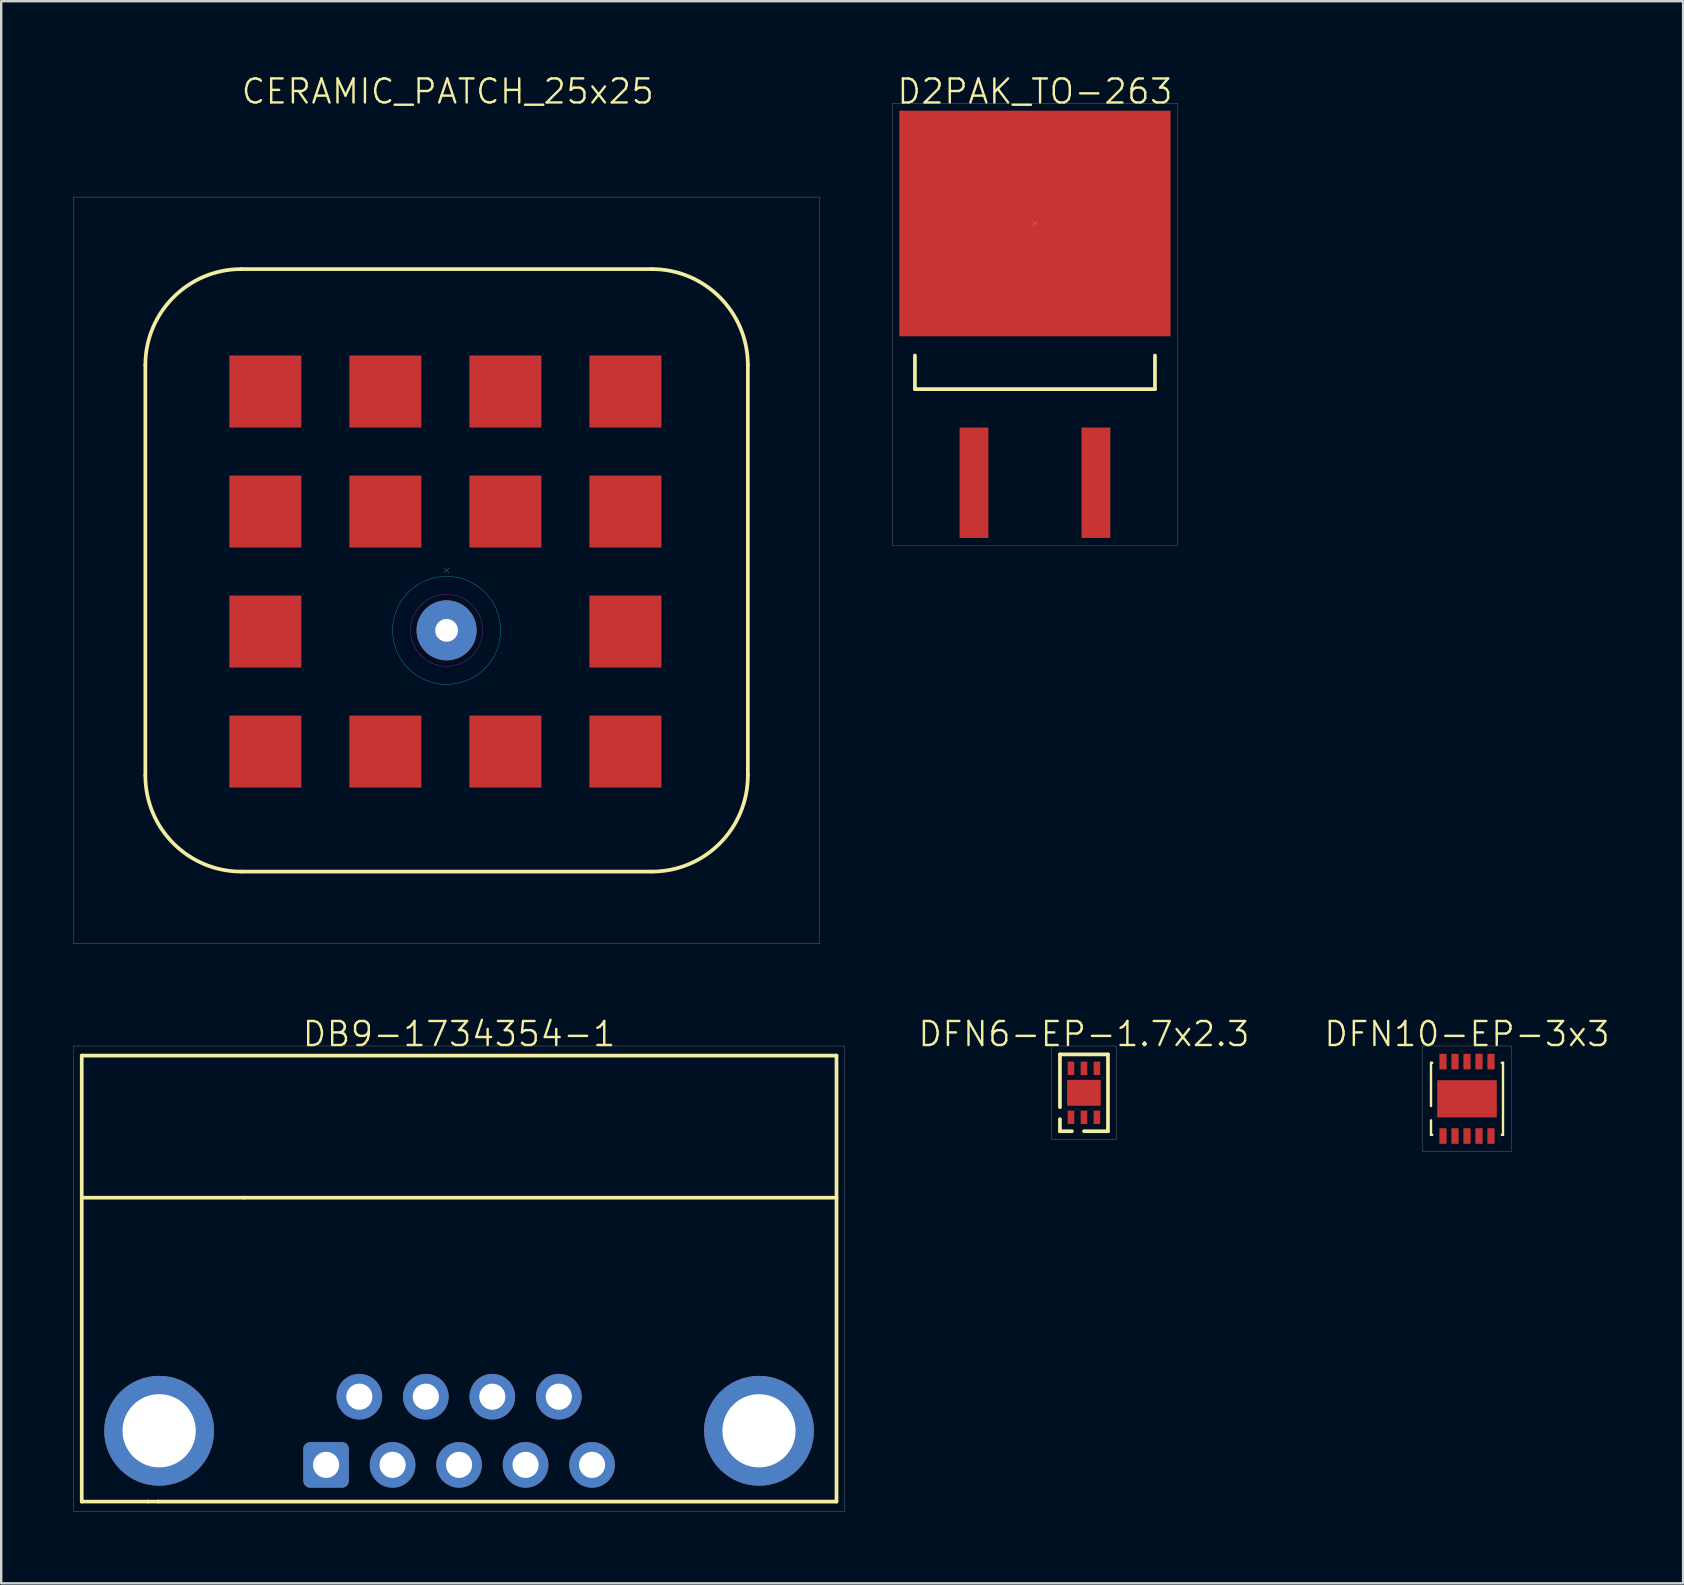
<source format=kicad_pcb>
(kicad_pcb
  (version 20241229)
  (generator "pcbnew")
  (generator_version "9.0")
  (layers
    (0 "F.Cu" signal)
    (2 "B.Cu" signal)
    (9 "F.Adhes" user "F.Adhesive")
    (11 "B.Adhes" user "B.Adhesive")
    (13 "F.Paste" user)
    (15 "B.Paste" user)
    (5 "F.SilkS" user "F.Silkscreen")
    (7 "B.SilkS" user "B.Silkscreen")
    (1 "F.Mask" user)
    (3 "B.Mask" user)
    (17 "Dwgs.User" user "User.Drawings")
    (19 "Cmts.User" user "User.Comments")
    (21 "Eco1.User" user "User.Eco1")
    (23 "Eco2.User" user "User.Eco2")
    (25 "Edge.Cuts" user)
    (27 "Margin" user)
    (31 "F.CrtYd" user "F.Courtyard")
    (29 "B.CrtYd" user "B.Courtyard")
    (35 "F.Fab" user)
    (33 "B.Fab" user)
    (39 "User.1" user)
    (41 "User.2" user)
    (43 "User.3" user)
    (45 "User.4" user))
  (footprint "DFN6-EP-1.7x2.3"
    (layer "F.Cu")
    (at 42.107 42.476)
    (property "Reference" "DFN6-EP-1.7x2.3" (at 0 -2.45 0) (unlocked yes) (layer "F.SilkS") (effects (font (size 1 1) (thickness 0.1))))
    (attr smd)
    (fp_line (start -1 -1.6) (end -1 0.6) (stroke (width 0.154) (type default)) (layer "F.SilkS"))
    (fp_line (start -1 -1.6) (end 1 -1.6) (stroke (width 0.154) (type default)) (layer "F.SilkS"))
    (fp_line (start -1 1.6) (end -1 1.1) (stroke (width 0.154) (type default)) (layer "F.SilkS"))
    (fp_line (start -0.5 1.6) (end -1 1.6) (stroke (width 0.154) (type default)) (layer "F.SilkS"))
    (fp_line (start -0.000002 1.6) (end 1 1.6) (stroke (width 0.154) (type default)) (layer "F.SilkS"))
    (fp_line (start 1 1.6) (end 1 -1.6) (stroke (width 0.154) (type default)) (layer "F.SilkS"))
    (fp_rect (start -1.35 -1.95) (end 1.35 1.95) (stroke (width 0.01) (type default)) (fill no) (layer "F.Fab"))
    (pad "1" smd rect (at -0.54 1.02) (size 0.275 0.56) (layers "F.Cu" "F.Mask" "F.Paste"))
    (pad "2" smd rect (at 0 1.02) (size 0.275 0.56) (layers "F.Cu" "F.Mask" "F.Paste"))
    (pad "3" smd rect (at 0.54 1.02) (size 0.275 0.56) (layers "F.Cu" "F.Mask" "F.Paste"))
    (pad "4" smd rect (at 0.54 -1.02) (size 0.275 0.56) (layers "F.Cu" "F.Mask" "F.Paste"))
    (pad "5" smd rect (at 0 -1.02) (size 0.275 0.56) (layers "F.Cu" "F.Mask" "F.Paste"))
    (pad "6" smd rect (at -0.54 -1.02) (size 0.275 0.56) (layers "F.Cu" "F.Mask" "F.Paste"))
    (pad "7" smd rect (at 0 0) (size 1.4 1.08) (layers "F.Cu" "F.Mask" "F.Paste")))
  (footprint "CERAMIC_PATCH_25x25"
    (layer "F.Cu")
    (at 15.555 20.71)
    (property "Reference" "CERAMIC_PATCH_25x25" (at 0.05 -19.95 0) (unlocked yes) (layer "F.SilkS") (effects (font (size 1 1) (thickness 0.1))))
    (attr through_hole)
    (fp_line (start -12.55 8.55) (end -12.55 -8.55) (stroke (width 0.154) (type default)) (layer "F.SilkS"))
    (fp_line (start -8.55 -12.55) (end 8.55 -12.55) (stroke (width 0.154) (type default)) (layer "F.SilkS"))
    (fp_line (start -8.55 12.55) (end 8.55 12.55) (stroke (width 0.154) (type default)) (layer "F.SilkS"))
    (fp_line (start 12.55 8.55) (end 12.55 -8.55) (stroke (width 0.154) (type default)) (layer "F.SilkS"))
    (fp_arc (start -12.55 -8.55) (mid -11.378427 -11.378427) (end -8.55 -12.55) (stroke (width 0.154) (type default)) (layer "F.SilkS"))
    (fp_arc (start -8.55 12.55) (mid -11.378427 11.378427) (end -12.55 8.55) (stroke (width 0.154) (type default)) (layer "F.SilkS"))
    (fp_arc (start 8.55 -12.55) (mid 11.378427 -11.378427) (end 12.55 -8.55) (stroke (width 0.154) (type default)) (layer "F.SilkS"))
    (fp_arc (start 12.55 8.55) (mid 11.378427 11.378427) (end 8.55 12.55) (stroke (width 0.154) (type default)) (layer "F.SilkS"))
    (fp_circle (center 0 2.5) (end 2.25 2.5) (stroke (width 0.01) (type default)) (fill no) (layer "B.CrtYd"))
    (fp_circle (center 0 2.5) (end 1.5 2.5) (stroke (width 0.01) (type default)) (fill no) (layer "F.CrtYd"))
    (fp_line (start -0.1 -0.1) (end 0.1 0.1) (stroke (width 0.01) (type default)) (layer "F.Fab"))
    (fp_line (start 0.1 -0.1) (end -0.1 0.1) (stroke (width 0.01) (type default)) (layer "F.Fab"))
    (fp_rect (start -15.55 -15.55) (end 15.55 15.55) (stroke (width 0.01) (type default)) (fill no) (layer "F.Fab"))
    (pad "1" thru_hole circle (at 0 2.5) (size 2.5 2.5) (drill 0.95) (layers "*.Cu" "*.Mask"))
    (pad "2" smd rect (at -7.55 -7.45) (size 3 3) (layers "F.Cu" "F.Mask" "F.Paste"))
    (pad "2" smd rect (at -7.55 -2.45) (size 3 3) (layers "F.Cu" "F.Mask" "F.Paste"))
    (pad "2" smd rect (at -7.55 2.55) (size 3 3) (layers "F.Cu" "F.Mask" "F.Paste"))
    (pad "2" smd rect (at -7.55 7.55) (size 3 3) (layers "F.Cu" "F.Mask" "F.Paste"))
    (pad "2" smd rect (at -2.55 -7.45) (size 3 3) (layers "F.Cu" "F.Mask" "F.Paste"))
    (pad "2" smd rect (at -2.55 -2.45) (size 3 3) (layers "F.Cu" "F.Mask" "F.Paste"))
    (pad "2" smd rect (at -2.55 7.55) (size 3 3) (layers "F.Cu" "F.Mask" "F.Paste"))
    (pad "2" smd rect (at 2.45 -7.45) (size 3 3) (layers "F.Cu" "F.Mask" "F.Paste"))
    (pad "2" smd rect (at 2.45 -2.45) (size 3 3) (layers "F.Cu" "F.Mask" "F.Paste"))
    (pad "2" smd rect (at 2.45 7.55) (size 3 3) (layers "F.Cu" "F.Mask" "F.Paste"))
    (pad "2" smd rect (at 7.45 -7.45) (size 3 3) (layers "F.Cu" "F.Mask" "F.Paste"))
    (pad "2" smd rect (at 7.45 -2.45) (size 3 3) (layers "F.Cu" "F.Mask" "F.Paste"))
    (pad "2" smd rect (at 7.45 2.55) (size 3 3) (layers "F.Cu" "F.Mask" "F.Paste"))
    (pad "2" smd rect (at 7.45 7.55) (size 3 3) (layers "F.Cu" "F.Mask" "F.Paste")))
  (footprint "DB9-1734354-1"
    (layer "F.Cu")
    (at 16.075 57.976)
    (property "Reference" "DB9-1734354-1" (at 0 -17.95 0) (unlocked yes) (layer "F.SilkS") (effects (font (size 1 1) (thickness 0.1))))
    (attr through_hole)
    (fp_line (start -15.72 -17.05) (end -15.72 1.53) (stroke (width 0.154) (type solid)) (layer "F.SilkS"))
    (fp_line (start -12.97 1.53) (end -15.72 1.53) (stroke (width 0.152) (type solid)) (layer "F.SilkS"))
    (fp_line (start -12.54 1.53) (end -12.97 1.53) (stroke (width 0.152) (type solid)) (layer "F.SilkS"))
    (fp_line (start -12.54 1.53) (end 15.72 1.53) (stroke (width 0.154) (type solid)) (layer "F.SilkS"))
    (fp_line (start -8.98 -11.13) (end -15.7 -11.13) (stroke (width 0.154) (type solid)) (layer "F.SilkS"))
    (fp_line (start -8.98 -11.13) (end 15.72 -11.13) (stroke (width 0.154) (type solid)) (layer "F.SilkS"))
    (fp_line (start 15.72 -17.05) (end -15.72 -17.05) (stroke (width 0.154) (type solid)) (layer "F.SilkS"))
    (fp_line (start 15.723 1.53) (end 15.723 -17.05) (stroke (width 0.154) (type solid)) (layer "F.SilkS"))
    (fp_rect (start -16.07 -17.45) (end 16.073 1.93) (stroke (width 0.01) (type default)) (fill no) (layer "F.Fab"))
    (pad "0" thru_hole circle (at -12.495 -1.42) (size 4.575 4.575) (drill 3.05) (layers "*.Cu" "*.Mask"))
    (pad "0" thru_hole circle (at 12.495 -1.42) (size 4.575 4.575) (drill 3.05) (layers "*.Cu" "*.Mask"))
    (pad "1" thru_hole roundrect (at -5.54 0) (size 1.9 1.9) (drill 1.09) (layers "*.Cu" "*.Mask") (roundrect_rratio 0.15))
    (pad "2" thru_hole circle (at -2.77 0) (size 1.9 1.9) (drill 1.09) (layers "*.Cu" "*.Mask"))
    (pad "3" thru_hole circle (at 0 0) (size 1.9 1.9) (drill 1.09) (layers "*.Cu" "*.Mask"))
    (pad "4" thru_hole circle (at 2.77 0) (size 1.9 1.9) (drill 1.09) (layers "*.Cu" "*.Mask"))
    (pad "5" thru_hole circle (at 5.54 0) (size 1.9 1.9) (drill 1.09) (layers "*.Cu" "*.Mask"))
    (pad "6" thru_hole circle (at -4.155 -2.84) (size 1.9 1.9) (drill 1.09) (layers "*.Cu" "*.Mask"))
    (pad "7" thru_hole circle (at -1.385 -2.84) (size 1.9 1.9) (drill 1.09) (layers "*.Cu" "*.Mask"))
    (pad "8" thru_hole circle (at 1.385 -2.84) (size 1.9 1.9) (drill 1.09) (layers "*.Cu" "*.Mask"))
    (pad "9" thru_hole circle (at 4.155 -2.84) (size 1.9 1.9) (drill 1.09) (layers "*.Cu" "*.Mask")))
  (footprint "D2PAK_TO-263"
    (layer "F.Cu")
    (at 40.065 6.261)
    (property "Reference" "D2PAK_TO-263" (at 0 -5.5 0) (unlocked yes) (layer "F.SilkS") (effects (font (size 1 1) (thickness 0.1))))
    (attr smd)
    (fp_line (start -5 5.5) (end -5 6.9) (stroke (width 0.154) (type default)) (layer "F.SilkS"))
    (fp_line (start -5 6.9) (end 5 6.9) (stroke (width 0.154) (type default)) (layer "F.SilkS"))
    (fp_line (start 5 5.5) (end 5 6.9) (stroke (width 0.154) (type default)) (layer "F.SilkS"))
    (fp_line (start -0.1 -0.1) (end 0.1 0.1) (stroke (width 0.01) (type default)) (layer "F.Fab"))
    (fp_line (start 0.1 -0.1) (end -0.1 0.1) (stroke (width 0.01) (type default)) (layer "F.Fab"))
    (fp_rect (start -5.95 -5) (end 5.95 13.4) (stroke (width 0.01) (type default)) (fill no) (layer "F.Fab"))
    (pad "1" smd rect (at -2.54 10.8) (size 1.2 4.6) (layers "F.Cu" "F.Mask" "F.Paste"))
    (pad "2" smd rect (at 2.54 10.8) (size 1.2 4.6) (layers "F.Cu" "F.Mask" "F.Paste"))
    (pad "3" smd rect (at 0 0) (size 11.3 9.4) (layers "F.Cu" "F.Mask" "F.Paste")))
  (footprint "DFN10-EP-3x3"
    (layer "F.Cu")
    (at 58.065 42.726)
    (property "Reference" "DFN10-EP-3x3" (at 0 -2.7 0) (unlocked yes) (layer "F.SilkS") (effects (font (size 1 1) (thickness 0.1))))
    (attr smd)
    (fp_line (start -1.5 -1.5) (end -1.5 0.3) (stroke (width 0.1) (type default)) (layer "F.SilkS"))
    (fp_line (start -1.5 -1.5) (end -1.45 -1.5) (stroke (width 0.1) (type default)) (layer "F.SilkS"))
    (fp_line (start -1.5 1.5) (end -1.5 0.9) (stroke (width 0.1) (type default)) (layer "F.SilkS"))
    (fp_line (start -1.5 1.5) (end -1.45 1.5) (stroke (width 0.1) (type default)) (layer "F.SilkS"))
    (fp_line (start 1.45 1.5) (end 1.5 1.5) (stroke (width 0.1) (type default)) (layer "F.SilkS"))
    (fp_line (start 1.5 -1.5) (end 1.45 -1.5) (stroke (width 0.1) (type default)) (layer "F.SilkS"))
    (fp_line (start 1.5 -1.5) (end 1.5 1.5) (stroke (width 0.1) (type default)) (layer "F.SilkS"))
    (fp_rect (start -1.85 -2.2) (end 1.85 2.2) (stroke (width 0.01) (type default)) (fill no) (layer "F.Fab"))
    (pad "1" smd rect (at -1 1.55) (size 0.3 0.65) (layers "F.Cu" "F.Mask" "F.Paste"))
    (pad "2" smd rect (at -0.5 1.55) (size 0.3 0.65) (layers "F.Cu" "F.Mask" "F.Paste"))
    (pad "3" smd rect (at 0 1.55) (size 0.3 0.65) (layers "F.Cu" "F.Mask" "F.Paste"))
    (pad "4" smd rect (at 0.5 1.55) (size 0.3 0.65) (layers "F.Cu" "F.Mask" "F.Paste"))
    (pad "5" smd rect (at 1 1.55) (size 0.3 0.65) (layers "F.Cu" "F.Mask" "F.Paste"))
    (pad "6" smd rect (at 1 -1.55) (size 0.3 0.65) (layers "F.Cu" "F.Mask" "F.Paste"))
    (pad "7" smd rect (at 0.5 -1.55) (size 0.3 0.65) (layers "F.Cu" "F.Mask" "F.Paste"))
    (pad "8" smd rect (at 0 -1.55) (size 0.3 0.65) (layers "F.Cu" "F.Mask" "F.Paste"))
    (pad "9" smd rect (at -0.5 -1.55) (size 0.3 0.65) (layers "F.Cu" "F.Mask" "F.Paste"))
    (pad "10" smd rect (at -1 -1.55) (size 0.3 0.65) (layers "F.Cu" "F.Mask" "F.Paste"))
    (pad "11" smd rect (at 0 0) (size 2.48 1.55) (layers "F.Cu" "F.Mask" "F.Paste")))
  (gr_rect
    (start -3 -3)
    (end 67.067 62.911)
    (stroke (width 0.1) (type default))
    (fill no)
    (layer "Edge.Cuts")))
</source>
